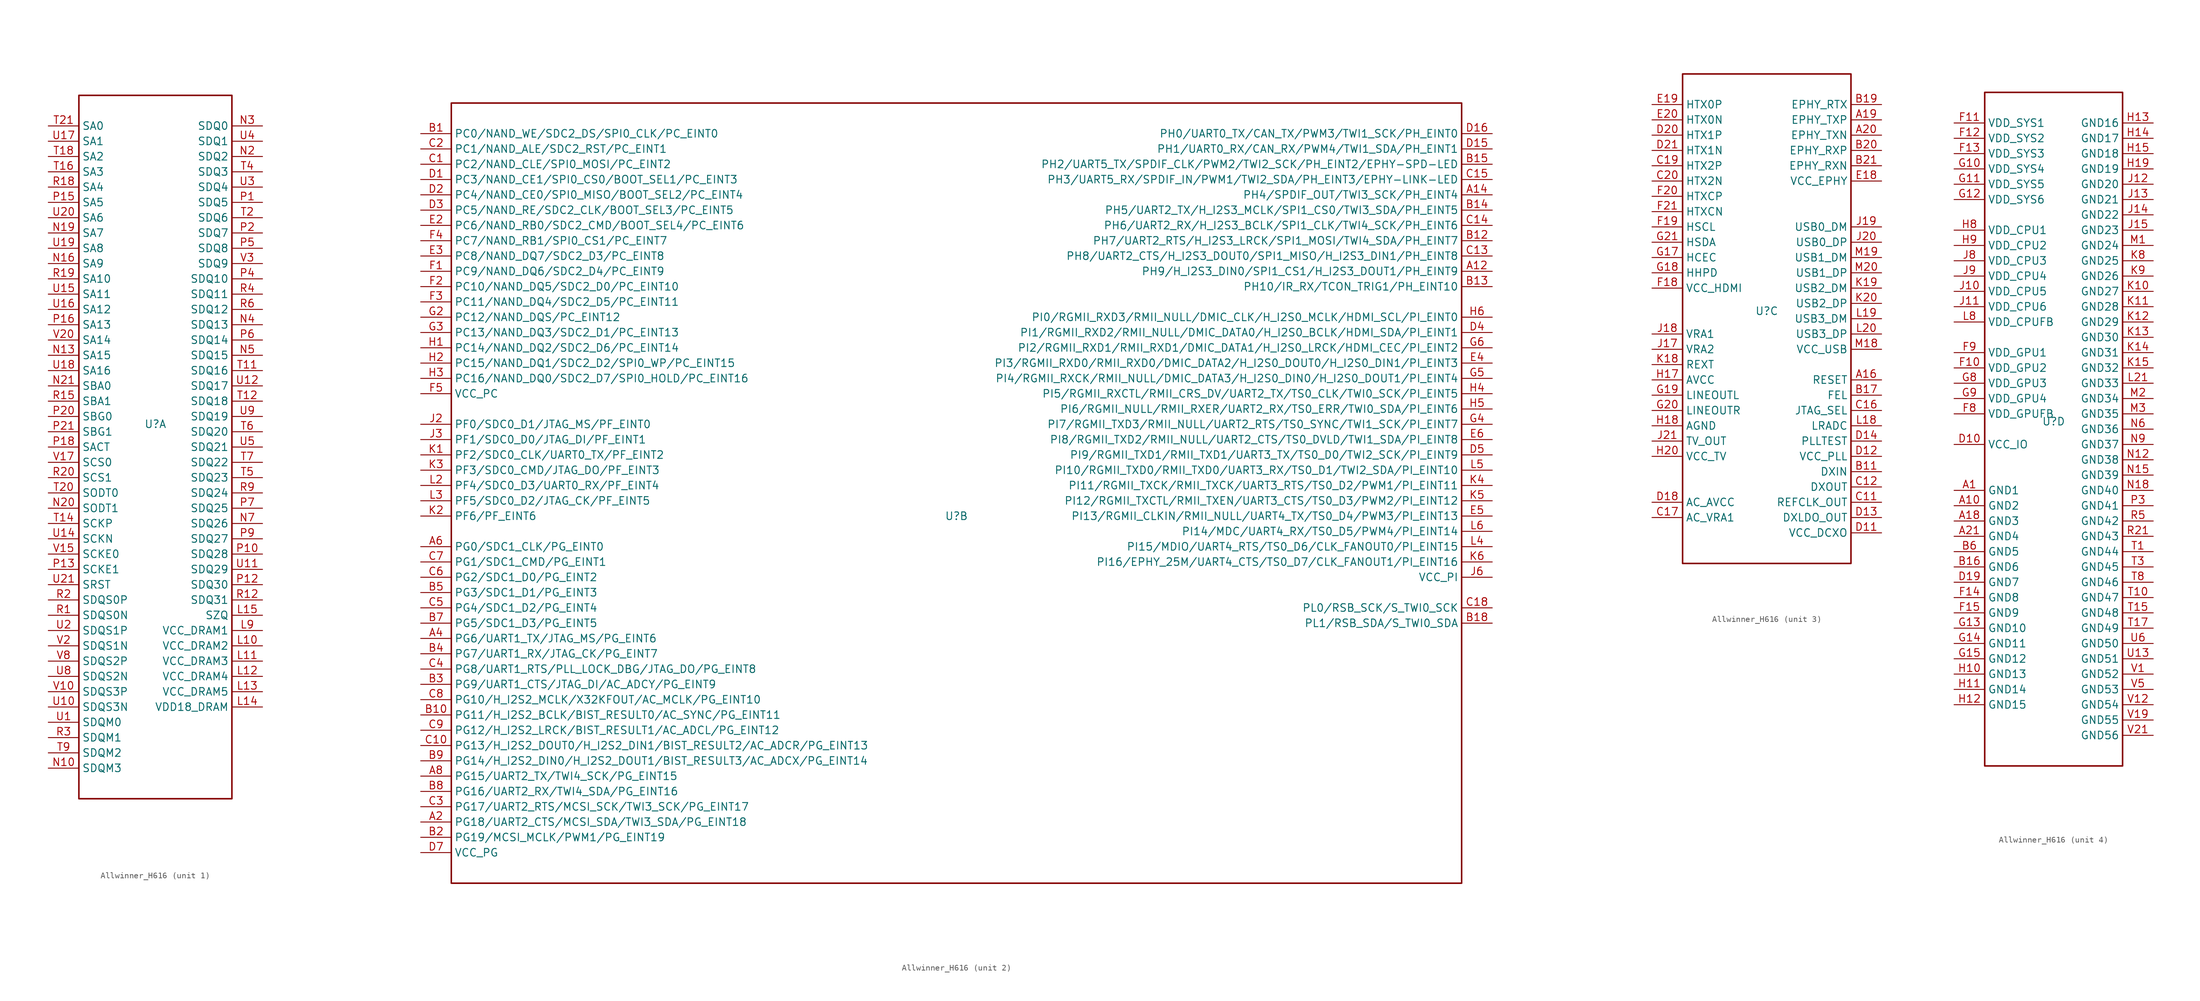
<source format=kicad_sym>
(kicad_symbol_lib
  (version 20231120)
  (generator "kicad_symbol_editor")
  (generator_version "8.0")
  (symbol "Allwinner_H616"
    (property "Reference" "U"
      (at 0 0 0)
      (effects (font (size 1.27 1.27))))
    (property "Value" ""
      (at 0 0 0)
      (effects (font (size 1.27 1.27))))
    (symbol "Allwinner_H616_1_0"
      (rectangle (start -12.7 54.61) (end 12.7 -62.23) (stroke (width 0.254) (type solid)) (fill (type none)))
      (pin input line (at 17.78 -36.83 180) (length 5.08) (name "VCC_DRAM2" (effects (font (size 1.27 1.27)))) (number "L10" (effects (font (size 1.27 1.27)))))
      (pin input line (at 17.78 -39.37 180) (length 5.08) (name "VCC_DRAM3" (effects (font (size 1.27 1.27)))) (number "L11" (effects (font (size 1.27 1.27)))))
      (pin input line (at 17.78 -41.91 180) (length 5.08) (name "VCC_DRAM4" (effects (font (size 1.27 1.27)))) (number "L12" (effects (font (size 1.27 1.27)))))
      (pin input line (at 17.78 -44.45 180) (length 5.08) (name "VCC_DRAM5" (effects (font (size 1.27 1.27)))) (number "L13" (effects (font (size 1.27 1.27)))))
      (pin input line (at 17.78 -46.99 180) (length 5.08) (name "VDD18_DRAM" (effects (font (size 1.27 1.27)))) (number "L14" (effects (font (size 1.27 1.27)))))
      (pin input line (at 17.78 -31.75 180) (length 5.08) (name "SZQ" (effects (font (size 1.27 1.27)))) (number "L15" (effects (font (size 1.27 1.27)))))
      (pin input line (at 17.78 -34.29 180) (length 5.08) (name "VCC_DRAM1" (effects (font (size 1.27 1.27)))) (number "L9" (effects (font (size 1.27 1.27)))))
      (pin input line (at -17.78 -57.15 0) (length 5.08) (name "SDQM3" (effects (font (size 1.27 1.27)))) (number "N10" (effects (font (size 1.27 1.27)))))
      (pin input line (at -17.78 11.43 0) (length 5.08) (name "SA15" (effects (font (size 1.27 1.27)))) (number "N13" (effects (font (size 1.27 1.27)))))
      (pin input line (at -17.78 26.67 0) (length 5.08) (name "SA9" (effects (font (size 1.27 1.27)))) (number "N16" (effects (font (size 1.27 1.27)))))
      (pin input line (at -17.78 31.75 0) (length 5.08) (name "SA7" (effects (font (size 1.27 1.27)))) (number "N19" (effects (font (size 1.27 1.27)))))
      (pin input line (at 17.78 44.45 180) (length 5.08) (name "SDQ2" (effects (font (size 1.27 1.27)))) (number "N2" (effects (font (size 1.27 1.27)))))
      (pin input line (at -17.78 -13.97 0) (length 5.08) (name "SODT1" (effects (font (size 1.27 1.27)))) (number "N20" (effects (font (size 1.27 1.27)))))
      (pin input line (at -17.78 6.35 0) (length 5.08) (name "SBA0" (effects (font (size 1.27 1.27)))) (number "N21" (effects (font (size 1.27 1.27)))))
      (pin input line (at 17.78 49.53 180) (length 5.08) (name "SDQ0" (effects (font (size 1.27 1.27)))) (number "N3" (effects (font (size 1.27 1.27)))))
      (pin input line (at 17.78 16.51 180) (length 5.08) (name "SDQ13" (effects (font (size 1.27 1.27)))) (number "N4" (effects (font (size 1.27 1.27)))))
      (pin input line (at 17.78 11.43 180) (length 5.08) (name "SDQ15" (effects (font (size 1.27 1.27)))) (number "N5" (effects (font (size 1.27 1.27)))))
      (pin input line (at 17.78 -16.51 180) (length 5.08) (name "SDQ26" (effects (font (size 1.27 1.27)))) (number "N7" (effects (font (size 1.27 1.27)))))
      (pin input line (at 17.78 36.83 180) (length 5.08) (name "SDQ5" (effects (font (size 1.27 1.27)))) (number "P1" (effects (font (size 1.27 1.27)))))
      (pin input line (at 17.78 -21.59 180) (length 5.08) (name "SDQ28" (effects (font (size 1.27 1.27)))) (number "P10" (effects (font (size 1.27 1.27)))))
      (pin input line (at 17.78 -26.67 180) (length 5.08) (name "SDQ30" (effects (font (size 1.27 1.27)))) (number "P12" (effects (font (size 1.27 1.27)))))
      (pin input line (at -17.78 -24.13 0) (length 5.08) (name "SCKE1" (effects (font (size 1.27 1.27)))) (number "P13" (effects (font (size 1.27 1.27)))))
      (pin input line (at -17.78 36.83 0) (length 5.08) (name "SA5" (effects (font (size 1.27 1.27)))) (number "P15" (effects (font (size 1.27 1.27)))))
      (pin input line (at -17.78 16.51 0) (length 5.08) (name "SA13" (effects (font (size 1.27 1.27)))) (number "P16" (effects (font (size 1.27 1.27)))))
      (pin input line (at -17.78 -3.81 0) (length 5.08) (name "SACT" (effects (font (size 1.27 1.27)))) (number "P18" (effects (font (size 1.27 1.27)))))
      (pin input line (at 17.78 31.75 180) (length 5.08) (name "SDQ7" (effects (font (size 1.27 1.27)))) (number "P2" (effects (font (size 1.27 1.27)))))
      (pin input line (at -17.78 1.27 0) (length 5.08) (name "SBG0" (effects (font (size 1.27 1.27)))) (number "P20" (effects (font (size 1.27 1.27)))))
      (pin input line (at -17.78 -1.27 0) (length 5.08) (name "SBG1" (effects (font (size 1.27 1.27)))) (number "P21" (effects (font (size 1.27 1.27)))))
      (pin input line (at 17.78 24.13 180) (length 5.08) (name "SDQ10" (effects (font (size 1.27 1.27)))) (number "P4" (effects (font (size 1.27 1.27)))))
      (pin input line (at 17.78 29.21 180) (length 5.08) (name "SDQ8" (effects (font (size 1.27 1.27)))) (number "P5" (effects (font (size 1.27 1.27)))))
      (pin input line (at 17.78 13.97 180) (length 5.08) (name "SDQ14" (effects (font (size 1.27 1.27)))) (number "P6" (effects (font (size 1.27 1.27)))))
      (pin input line (at 17.78 -13.97 180) (length 5.08) (name "SDQ25" (effects (font (size 1.27 1.27)))) (number "P7" (effects (font (size 1.27 1.27)))))
      (pin input line (at 17.78 -19.05 180) (length 5.08) (name "SDQ27" (effects (font (size 1.27 1.27)))) (number "P9" (effects (font (size 1.27 1.27)))))
      (pin input line (at -17.78 -31.75 0) (length 5.08) (name "SDQS0N" (effects (font (size 1.27 1.27)))) (number "R1" (effects (font (size 1.27 1.27)))))
      (pin input line (at 17.78 -29.21 180) (length 5.08) (name "SDQ31" (effects (font (size 1.27 1.27)))) (number "R12" (effects (font (size 1.27 1.27)))))
      (pin input line (at -17.78 3.81 0) (length 5.08) (name "SBA1" (effects (font (size 1.27 1.27)))) (number "R15" (effects (font (size 1.27 1.27)))))
      (pin input line (at -17.78 39.37 0) (length 5.08) (name "SA4" (effects (font (size 1.27 1.27)))) (number "R18" (effects (font (size 1.27 1.27)))))
      (pin input line (at -17.78 24.13 0) (length 5.08) (name "SA10" (effects (font (size 1.27 1.27)))) (number "R19" (effects (font (size 1.27 1.27)))))
      (pin input line (at -17.78 -29.21 0) (length 5.08) (name "SDQS0P" (effects (font (size 1.27 1.27)))) (number "R2" (effects (font (size 1.27 1.27)))))
      (pin input line (at -17.78 -8.89 0) (length 5.08) (name "SCS1" (effects (font (size 1.27 1.27)))) (number "R20" (effects (font (size 1.27 1.27)))))
      (pin input line (at -17.78 -52.07 0) (length 5.08) (name "SDQM1" (effects (font (size 1.27 1.27)))) (number "R3" (effects (font (size 1.27 1.27)))))
      (pin input line (at 17.78 21.59 180) (length 5.08) (name "SDQ11" (effects (font (size 1.27 1.27)))) (number "R4" (effects (font (size 1.27 1.27)))))
      (pin input line (at 17.78 19.05 180) (length 5.08) (name "SDQ12" (effects (font (size 1.27 1.27)))) (number "R6" (effects (font (size 1.27 1.27)))))
      (pin input line (at 17.78 -11.43 180) (length 5.08) (name "SDQ24" (effects (font (size 1.27 1.27)))) (number "R9" (effects (font (size 1.27 1.27)))))
      (pin input line (at 17.78 8.89 180) (length 5.08) (name "SDQ16" (effects (font (size 1.27 1.27)))) (number "T11" (effects (font (size 1.27 1.27)))))
      (pin input line (at 17.78 3.81 180) (length 5.08) (name "SDQ18" (effects (font (size 1.27 1.27)))) (number "T12" (effects (font (size 1.27 1.27)))))
      (pin input line (at -17.78 -16.51 0) (length 5.08) (name "SCKP" (effects (font (size 1.27 1.27)))) (number "T14" (effects (font (size 1.27 1.27)))))
      (pin input line (at -17.78 41.91 0) (length 5.08) (name "SA3" (effects (font (size 1.27 1.27)))) (number "T16" (effects (font (size 1.27 1.27)))))
      (pin input line (at -17.78 44.45 0) (length 5.08) (name "SA2" (effects (font (size 1.27 1.27)))) (number "T18" (effects (font (size 1.27 1.27)))))
      (pin input line (at 17.78 34.29 180) (length 5.08) (name "SDQ6" (effects (font (size 1.27 1.27)))) (number "T2" (effects (font (size 1.27 1.27)))))
      (pin input line (at -17.78 -11.43 0) (length 5.08) (name "SODT0" (effects (font (size 1.27 1.27)))) (number "T20" (effects (font (size 1.27 1.27)))))
      (pin input line (at -17.78 49.53 0) (length 5.08) (name "SA0" (effects (font (size 1.27 1.27)))) (number "T21" (effects (font (size 1.27 1.27)))))
      (pin input line (at 17.78 41.91 180) (length 5.08) (name "SDQ3" (effects (font (size 1.27 1.27)))) (number "T4" (effects (font (size 1.27 1.27)))))
      (pin input line (at 17.78 -8.89 180) (length 5.08) (name "SDQ23" (effects (font (size 1.27 1.27)))) (number "T5" (effects (font (size 1.27 1.27)))))
      (pin input line (at 17.78 -1.27 180) (length 5.08) (name "SDQ20" (effects (font (size 1.27 1.27)))) (number "T6" (effects (font (size 1.27 1.27)))))
      (pin input line (at 17.78 -6.35 180) (length 5.08) (name "SDQ22" (effects (font (size 1.27 1.27)))) (number "T7" (effects (font (size 1.27 1.27)))))
      (pin input line (at -17.78 -54.61 0) (length 5.08) (name "SDQM2" (effects (font (size 1.27 1.27)))) (number "T9" (effects (font (size 1.27 1.27)))))
      (pin input line (at -17.78 -49.53 0) (length 5.08) (name "SDQM0" (effects (font (size 1.27 1.27)))) (number "U1" (effects (font (size 1.27 1.27)))))
      (pin input line (at -17.78 -46.99 0) (length 5.08) (name "SDQS3N" (effects (font (size 1.27 1.27)))) (number "U10" (effects (font (size 1.27 1.27)))))
      (pin input line (at 17.78 -24.13 180) (length 5.08) (name "SDQ29" (effects (font (size 1.27 1.27)))) (number "U11" (effects (font (size 1.27 1.27)))))
      (pin input line (at 17.78 6.35 180) (length 5.08) (name "SDQ17" (effects (font (size 1.27 1.27)))) (number "U12" (effects (font (size 1.27 1.27)))))
      (pin input line (at -17.78 -19.05 0) (length 5.08) (name "SCKN" (effects (font (size 1.27 1.27)))) (number "U14" (effects (font (size 1.27 1.27)))))
      (pin input line (at -17.78 21.59 0) (length 5.08) (name "SA11" (effects (font (size 1.27 1.27)))) (number "U15" (effects (font (size 1.27 1.27)))))
      (pin input line (at -17.78 19.05 0) (length 5.08) (name "SA12" (effects (font (size 1.27 1.27)))) (number "U16" (effects (font (size 1.27 1.27)))))
      (pin input line (at -17.78 46.99 0) (length 5.08) (name "SA1" (effects (font (size 1.27 1.27)))) (number "U17" (effects (font (size 1.27 1.27)))))
      (pin input line (at -17.78 8.89 0) (length 5.08) (name "SA16" (effects (font (size 1.27 1.27)))) (number "U18" (effects (font (size 1.27 1.27)))))
      (pin input line (at -17.78 29.21 0) (length 5.08) (name "SA8" (effects (font (size 1.27 1.27)))) (number "U19" (effects (font (size 1.27 1.27)))))
      (pin input line (at -17.78 -34.29 0) (length 5.08) (name "SDQS1P" (effects (font (size 1.27 1.27)))) (number "U2" (effects (font (size 1.27 1.27)))))
      (pin input line (at -17.78 34.29 0) (length 5.08) (name "SA6" (effects (font (size 1.27 1.27)))) (number "U20" (effects (font (size 1.27 1.27)))))
      (pin input line (at -17.78 -26.67 0) (length 5.08) (name "SRST" (effects (font (size 1.27 1.27)))) (number "U21" (effects (font (size 1.27 1.27)))))
      (pin input line (at 17.78 39.37 180) (length 5.08) (name "SDQ4" (effects (font (size 1.27 1.27)))) (number "U3" (effects (font (size 1.27 1.27)))))
      (pin input line (at 17.78 46.99 180) (length 5.08) (name "SDQ1" (effects (font (size 1.27 1.27)))) (number "U4" (effects (font (size 1.27 1.27)))))
      (pin input line (at 17.78 -3.81 180) (length 5.08) (name "SDQ21" (effects (font (size 1.27 1.27)))) (number "U5" (effects (font (size 1.27 1.27)))))
      (pin input line (at -17.78 -41.91 0) (length 5.08) (name "SDQS2N" (effects (font (size 1.27 1.27)))) (number "U8" (effects (font (size 1.27 1.27)))))
      (pin input line (at 17.78 1.27 180) (length 5.08) (name "SDQ19" (effects (font (size 1.27 1.27)))) (number "U9" (effects (font (size 1.27 1.27)))))
      (pin input line (at -17.78 -44.45 0) (length 5.08) (name "SDQS3P" (effects (font (size 1.27 1.27)))) (number "V10" (effects (font (size 1.27 1.27)))))
      (pin input line (at -17.78 -21.59 0) (length 5.08) (name "SCKE0" (effects (font (size 1.27 1.27)))) (number "V15" (effects (font (size 1.27 1.27)))))
      (pin input line (at -17.78 -6.35 0) (length 5.08) (name "SCS0" (effects (font (size 1.27 1.27)))) (number "V17" (effects (font (size 1.27 1.27)))))
      (pin input line (at -17.78 -36.83 0) (length 5.08) (name "SDQS1N" (effects (font (size 1.27 1.27)))) (number "V2" (effects (font (size 1.27 1.27)))))
      (pin input line (at -17.78 13.97 0) (length 5.08) (name "SA14" (effects (font (size 1.27 1.27)))) (number "V20" (effects (font (size 1.27 1.27)))))
      (pin input line (at 17.78 26.67 180) (length 5.08) (name "SDQ9" (effects (font (size 1.27 1.27)))) (number "V3" (effects (font (size 1.27 1.27)))))
      (pin input line (at -17.78 -39.37 0) (length 5.08) (name "SDQS2P" (effects (font (size 1.27 1.27)))) (number "V8" (effects (font (size 1.27 1.27))))))
    (symbol "Allwinner_H616_2_0"
      (rectangle (start -83.82 68.58) (end 83.82 -60.96) (stroke (width 0.254) (type solid)) (fill (type none)))
      (pin input line (at 88.9 40.64 180) (length 5.08) (name "PH9/H_I2S3_DIN0/SPI1_CS1/H_I2S3_DOUT1/PH_EINT9" (effects (font (size 1.27 1.27)))) (number "A12" (effects (font (size 1.27 1.27)))))
      (pin input line (at 88.9 53.34 180) (length 5.08) (name "PH4/SPDIF_OUT/TWI3_SCK/PH_EINT4" (effects (font (size 1.27 1.27)))) (number "A14" (effects (font (size 1.27 1.27)))))
      (pin input line (at -88.9 -50.8 0) (length 5.08) (name "PG18/UART2_CTS/MCSI_SDA/TWI3_SDA/PG_EINT18" (effects (font (size 1.27 1.27)))) (number "A2" (effects (font (size 1.27 1.27)))))
      (pin input line (at -88.9 -20.32 0) (length 5.08) (name "PG6/UART1_TX/JTAG_MS/PG_EINT6" (effects (font (size 1.27 1.27)))) (number "A4" (effects (font (size 1.27 1.27)))))
      (pin input line (at -88.9 -5.08 0) (length 5.08) (name "PG0/SDC1_CLK/PG_EINT0" (effects (font (size 1.27 1.27)))) (number "A6" (effects (font (size 1.27 1.27)))))
      (pin input line (at -88.9 -43.18 0) (length 5.08) (name "PG15/UART2_TX/TWI4_SCK/PG_EINT15" (effects (font (size 1.27 1.27)))) (number "A8" (effects (font (size 1.27 1.27)))))
      (pin input line (at -88.9 63.5 0) (length 5.08) (name "PC0/NAND_WE/SDC2_DS/SPI0_CLK/PC_EINT0" (effects (font (size 1.27 1.27)))) (number "B1" (effects (font (size 1.27 1.27)))))
      (pin input line (at -88.9 -33.02 0) (length 5.08) (name "PG11/H_I2S2_BCLK/BIST_RESULT0/AC_SYNC/PG_EINT11" (effects (font (size 1.27 1.27)))) (number "B10" (effects (font (size 1.27 1.27)))))
      (pin input line (at 88.9 45.72 180) (length 5.08) (name "PH7/UART2_RTS/H_I2S3_LRCK/SPI1_MOSI/TWI4_SDA/PH_EINT7" (effects (font (size 1.27 1.27)))) (number "B12" (effects (font (size 1.27 1.27)))))
      (pin input line (at 88.9 38.1 180) (length 5.08) (name "PH10/IR_RX/TCON_TRIG1/PH_EINT10" (effects (font (size 1.27 1.27)))) (number "B13" (effects (font (size 1.27 1.27)))))
      (pin input line (at 88.9 50.8 180) (length 5.08) (name "PH5/UART2_TX/H_I2S3_MCLK/SPI1_CS0/TWI3_SDA/PH_EINT5" (effects (font (size 1.27 1.27)))) (number "B14" (effects (font (size 1.27 1.27)))))
      (pin input line (at 88.9 58.42 180) (length 5.08) (name "PH2/UART5_TX/SPDIF_CLK/PWM2/TWI2_SCK/PH_EINT2/EPHY-SPD-LED" (effects (font (size 1.27 1.27)))) (number "B15" (effects (font (size 1.27 1.27)))))
      (pin input line (at 88.9 -17.78 180) (length 5.08) (name "PL1/RSB_SDA/S_TWI0_SDA" (effects (font (size 1.27 1.27)))) (number "B18" (effects (font (size 1.27 1.27)))))
      (pin input line (at -88.9 -53.34 0) (length 5.08) (name "PG19/MCSI_MCLK/PWM1/PG_EINT19" (effects (font (size 1.27 1.27)))) (number "B2" (effects (font (size 1.27 1.27)))))
      (pin input line (at -88.9 -27.94 0) (length 5.08) (name "PG9/UART1_CTS/JTAG_DI/AC_ADCY/PG_EINT9" (effects (font (size 1.27 1.27)))) (number "B3" (effects (font (size 1.27 1.27)))))
      (pin input line (at -88.9 -22.86 0) (length 5.08) (name "PG7/UART1_RX/JTAG_CK/PG_EINT7" (effects (font (size 1.27 1.27)))) (number "B4" (effects (font (size 1.27 1.27)))))
      (pin input line (at -88.9 -12.7 0) (length 5.08) (name "PG3/SDC1_D1/PG_EINT3" (effects (font (size 1.27 1.27)))) (number "B5" (effects (font (size 1.27 1.27)))))
      (pin input line (at -88.9 -17.78 0) (length 5.08) (name "PG5/SDC1_D3/PG_EINT5" (effects (font (size 1.27 1.27)))) (number "B7" (effects (font (size 1.27 1.27)))))
      (pin input line (at -88.9 -45.72 0) (length 5.08) (name "PG16/UART2_RX/TWI4_SDA/PG_EINT16" (effects (font (size 1.27 1.27)))) (number "B8" (effects (font (size 1.27 1.27)))))
      (pin input line (at -88.9 -40.64 0) (length 5.08) (name "PG14/H_I2S2_DIN0/H_I2S2_DOUT1/BIST_RESULT3/AC_ADCX/PG_EINT14" (effects (font (size 1.27 1.27)))) (number "B9" (effects (font (size 1.27 1.27)))))
      (pin input line (at -88.9 58.42 0) (length 5.08) (name "PC2/NAND_CLE/SPI0_MOSI/PC_EINT2" (effects (font (size 1.27 1.27)))) (number "C1" (effects (font (size 1.27 1.27)))))
      (pin input line (at -88.9 -38.1 0) (length 5.08) (name "PG13/H_I2S2_DOUT0/H_I2S2_DIN1/BIST_RESULT2/AC_ADCR/PG_EINT13" (effects (font (size 1.27 1.27)))) (number "C10" (effects (font (size 1.27 1.27)))))
      (pin input line (at 88.9 43.18 180) (length 5.08) (name "PH8/UART2_CTS/H_I2S3_DOUT0/SPI1_MISO/H_I2S3_DIN1/PH_EINT8" (effects (font (size 1.27 1.27)))) (number "C13" (effects (font (size 1.27 1.27)))))
      (pin input line (at 88.9 48.26 180) (length 5.08) (name "PH6/UART2_RX/H_I2S3_BCLK/SPI1_CLK/TWI4_SCK/PH_EINT6" (effects (font (size 1.27 1.27)))) (number "C14" (effects (font (size 1.27 1.27)))))
      (pin input line (at 88.9 55.88 180) (length 5.08) (name "PH3/UART5_RX/SPDIF_IN/PWM1/TWI2_SDA/PH_EINT3/EPHY-LINK-LED" (effects (font (size 1.27 1.27)))) (number "C15" (effects (font (size 1.27 1.27)))))
      (pin input line (at 88.9 -15.24 180) (length 5.08) (name "PL0/RSB_SCK/S_TWI0_SCK" (effects (font (size 1.27 1.27)))) (number "C18" (effects (font (size 1.27 1.27)))))
      (pin input line (at -88.9 60.96 0) (length 5.08) (name "PC1/NAND_ALE/SDC2_RST/PC_EINT1" (effects (font (size 1.27 1.27)))) (number "C2" (effects (font (size 1.27 1.27)))))
      (pin input line (at -88.9 -48.26 0) (length 5.08) (name "PG17/UART2_RTS/MCSI_SCK/TWI3_SCK/PG_EINT17" (effects (font (size 1.27 1.27)))) (number "C3" (effects (font (size 1.27 1.27)))))
      (pin input line (at -88.9 -25.4 0) (length 5.08) (name "PG8/UART1_RTS/PLL_LOCK_DBG/JTAG_DO/PG_EINT8" (effects (font (size 1.27 1.27)))) (number "C4" (effects (font (size 1.27 1.27)))))
      (pin input line (at -88.9 -15.24 0) (length 5.08) (name "PG4/SDC1_D2/PG_EINT4" (effects (font (size 1.27 1.27)))) (number "C5" (effects (font (size 1.27 1.27)))))
      (pin input line (at -88.9 -10.16 0) (length 5.08) (name "PG2/SDC1_D0/PG_EINT2" (effects (font (size 1.27 1.27)))) (number "C6" (effects (font (size 1.27 1.27)))))
      (pin input line (at -88.9 -7.62 0) (length 5.08) (name "PG1/SDC1_CMD/PG_EINT1" (effects (font (size 1.27 1.27)))) (number "C7" (effects (font (size 1.27 1.27)))))
      (pin input line (at -88.9 -30.48 0) (length 5.08) (name "PG10/H_I2S2_MCLK/X32KFOUT/AC_MCLK/PG_EINT10" (effects (font (size 1.27 1.27)))) (number "C8" (effects (font (size 1.27 1.27)))))
      (pin input line (at -88.9 -35.56 0) (length 5.08) (name "PG12/H_I2S2_LRCK/BIST_RESULT1/AC_ADCL/PG_EINT12" (effects (font (size 1.27 1.27)))) (number "C9" (effects (font (size 1.27 1.27)))))
      (pin input line (at -88.9 55.88 0) (length 5.08) (name "PC3/NAND_CE1/SPI0_CS0/BOOT_SEL1/PC_EINT3" (effects (font (size 1.27 1.27)))) (number "D1" (effects (font (size 1.27 1.27)))))
      (pin input line (at 88.9 60.96 180) (length 5.08) (name "PH1/UART0_RX/CAN_RX/PWM4/TWI1_SDA/PH_EINT1" (effects (font (size 1.27 1.27)))) (number "D15" (effects (font (size 1.27 1.27)))))
      (pin input line (at 88.9 63.5 180) (length 5.08) (name "PH0/UART0_TX/CAN_TX/PWM3/TWI1_SCK/PH_EINT0" (effects (font (size 1.27 1.27)))) (number "D16" (effects (font (size 1.27 1.27)))))
      (pin input line (at -88.9 53.34 0) (length 5.08) (name "PC4/NAND_CE0/SPI0_MISO/BOOT_SEL2/PC_EINT4" (effects (font (size 1.27 1.27)))) (number "D2" (effects (font (size 1.27 1.27)))))
      (pin input line (at -88.9 50.8 0) (length 5.08) (name "PC5/NAND_RE/SDC2_CLK/BOOT_SEL3/PC_EINT5" (effects (font (size 1.27 1.27)))) (number "D3" (effects (font (size 1.27 1.27)))))
      (pin input line (at 88.9 30.48 180) (length 5.08) (name "PI1/RGMII_RXD2/RMII_NULL/DMIC_DATA0/H_I2S0_BCLK/HDMI_SDA/PI_EINT1" (effects (font (size 1.27 1.27)))) (number "D4" (effects (font (size 1.27 1.27)))))
      (pin input line (at 88.9 10.16 180) (length 5.08) (name "PI9/RGMII_TXD1/RMII_TXD1/UART3_TX/TS0_D0/TWI2_SCK/PI_EINT9" (effects (font (size 1.27 1.27)))) (number "D5" (effects (font (size 1.27 1.27)))))
      (pin input line (at -88.9 -55.88 0) (length 5.08) (name "VCC_PG" (effects (font (size 1.27 1.27)))) (number "D7" (effects (font (size 1.27 1.27)))))
      (pin input line (at -88.9 48.26 0) (length 5.08) (name "PC6/NAND_RB0/SDC2_CMD/BOOT_SEL4/PC_EINT6" (effects (font (size 1.27 1.27)))) (number "E2" (effects (font (size 1.27 1.27)))))
      (pin input line (at -88.9 43.18 0) (length 5.08) (name "PC8/NAND_DQ7/SDC2_D3/PC_EINT8" (effects (font (size 1.27 1.27)))) (number "E3" (effects (font (size 1.27 1.27)))))
      (pin input line (at 88.9 25.4 180) (length 5.08) (name "PI3/RGMII_RXD0/RMII_RXD0/DMIC_DATA2/H_I2S0_DOUT0/H_I2S0_DIN1/PI_EINT3" (effects (font (size 1.27 1.27)))) (number "E4" (effects (font (size 1.27 1.27)))))
      (pin input line (at 88.9 0 180) (length 5.08) (name "PI13/RGMII_CLKIN/RMII_NULL/UART4_TX/TS0_D4/PWM3/PI_EINT13" (effects (font (size 1.27 1.27)))) (number "E5" (effects (font (size 1.27 1.27)))))
      (pin input line (at 88.9 12.7 180) (length 5.08) (name "PI8/RGMII_TXD2/RMII_NULL/UART2_CTS/TS0_DVLD/TWI1_SDA/PI_EINT8" (effects (font (size 1.27 1.27)))) (number "E6" (effects (font (size 1.27 1.27)))))
      (pin input line (at -88.9 40.64 0) (length 5.08) (name "PC9/NAND_DQ6/SDC2_D4/PC_EINT9" (effects (font (size 1.27 1.27)))) (number "F1" (effects (font (size 1.27 1.27)))))
      (pin input line (at -88.9 38.1 0) (length 5.08) (name "PC10/NAND_DQ5/SDC2_D0/PC_EINT10" (effects (font (size 1.27 1.27)))) (number "F2" (effects (font (size 1.27 1.27)))))
      (pin input line (at -88.9 35.56 0) (length 5.08) (name "PC11/NAND_DQ4/SDC2_D5/PC_EINT11" (effects (font (size 1.27 1.27)))) (number "F3" (effects (font (size 1.27 1.27)))))
      (pin input line (at -88.9 45.72 0) (length 5.08) (name "PC7/NAND_RB1/SPI0_CS1/PC_EINT7" (effects (font (size 1.27 1.27)))) (number "F4" (effects (font (size 1.27 1.27)))))
      (pin input line (at -88.9 20.32 0) (length 5.08) (name "VCC_PC" (effects (font (size 1.27 1.27)))) (number "F5" (effects (font (size 1.27 1.27)))))
      (pin input line (at -88.9 33.02 0) (length 5.08) (name "PC12/NAND_DQS/PC_EINT12" (effects (font (size 1.27 1.27)))) (number "G2" (effects (font (size 1.27 1.27)))))
      (pin input line (at -88.9 30.48 0) (length 5.08) (name "PC13/NAND_DQ3/SDC2_D1/PC_EINT13" (effects (font (size 1.27 1.27)))) (number "G3" (effects (font (size 1.27 1.27)))))
      (pin input line (at 88.9 15.24 180) (length 5.08) (name "PI7/RGMII_TXD3/RMII_NULL/UART2_RTS/TS0_SYNC/TWI1_SCK/PI_EINT7" (effects (font (size 1.27 1.27)))) (number "G4" (effects (font (size 1.27 1.27)))))
      (pin input line (at 88.9 22.86 180) (length 5.08) (name "PI4/RGMII_RXCK/RMII_NULL/DMIC_DATA3/H_I2S0_DIN0/H_I2S0_DOUT1/PI_EINT4" (effects (font (size 1.27 1.27)))) (number "G5" (effects (font (size 1.27 1.27)))))
      (pin input line (at 88.9 27.94 180) (length 5.08) (name "PI2/RGMII_RXD1/RMII_RXD1/DMIC_DATA1/H_I2S0_LRCK/HDMI_CEC/PI_EINT2" (effects (font (size 1.27 1.27)))) (number "G6" (effects (font (size 1.27 1.27)))))
      (pin input line (at -88.9 27.94 0) (length 5.08) (name "PC14/NAND_DQ2/SDC2_D6/PC_EINT14" (effects (font (size 1.27 1.27)))) (number "H1" (effects (font (size 1.27 1.27)))))
      (pin input line (at -88.9 25.4 0) (length 5.08) (name "PC15/NAND_DQ1/SDC2_D2/SPI0_WP/PC_EINT15" (effects (font (size 1.27 1.27)))) (number "H2" (effects (font (size 1.27 1.27)))))
      (pin input line (at -88.9 22.86 0) (length 5.08) (name "PC16/NAND_DQ0/SDC2_D7/SPI0_HOLD/PC_EINT16" (effects (font (size 1.27 1.27)))) (number "H3" (effects (font (size 1.27 1.27)))))
      (pin input line (at 88.9 20.32 180) (length 5.08) (name "PI5/RGMII_RXCTL/RMII_CRS_DV/UART2_TX/TS0_CLK/TWI0_SCK/PI_EINT5" (effects (font (size 1.27 1.27)))) (number "H4" (effects (font (size 1.27 1.27)))))
      (pin input line (at 88.9 17.78 180) (length 5.08) (name "PI6/RGMII_NULL/RMII_RXER/UART2_RX/TS0_ERR/TWI0_SDA/PI_EINT6" (effects (font (size 1.27 1.27)))) (number "H5" (effects (font (size 1.27 1.27)))))
      (pin input line (at 88.9 33.02 180) (length 5.08) (name "PI0/RGMII_RXD3/RMII_NULL/DMIC_CLK/H_I2S0_MCLK/HDMI_SCL/PI_EINT0" (effects (font (size 1.27 1.27)))) (number "H6" (effects (font (size 1.27 1.27)))))
      (pin input line (at -88.9 15.24 0) (length 5.08) (name "PF0/SDC0_D1/JTAG_MS/PF_EINT0" (effects (font (size 1.27 1.27)))) (number "J2" (effects (font (size 1.27 1.27)))))
      (pin input line (at -88.9 12.7 0) (length 5.08) (name "PF1/SDC0_D0/JTAG_DI/PF_EINT1" (effects (font (size 1.27 1.27)))) (number "J3" (effects (font (size 1.27 1.27)))))
      (pin input line (at 88.9 -10.16 180) (length 5.08) (name "VCC_PI" (effects (font (size 1.27 1.27)))) (number "J6" (effects (font (size 1.27 1.27)))))
      (pin input line (at -88.9 10.16 0) (length 5.08) (name "PF2/SDC0_CLK/UART0_TX/PF_EINT2" (effects (font (size 1.27 1.27)))) (number "K1" (effects (font (size 1.27 1.27)))))
      (pin input line (at -88.9 0 0) (length 5.08) (name "PF6/PF_EINT6" (effects (font (size 1.27 1.27)))) (number "K2" (effects (font (size 1.27 1.27)))))
      (pin input line (at -88.9 7.62 0) (length 5.08) (name "PF3/SDC0_CMD/JTAG_DO/PF_EINT3" (effects (font (size 1.27 1.27)))) (number "K3" (effects (font (size 1.27 1.27)))))
      (pin input line (at 88.9 5.08 180) (length 5.08) (name "PI11/RGMII_TXCK/RMII_TXCK/UART3_RTS/TS0_D2/PWM1/PI_EINT11" (effects (font (size 1.27 1.27)))) (number "K4" (effects (font (size 1.27 1.27)))))
      (pin input line (at 88.9 2.54 180) (length 5.08) (name "PI12/RGMII_TXCTL/RMII_TXEN/UART3_CTS/TS0_D3/PWM2/PI_EINT12" (effects (font (size 1.27 1.27)))) (number "K5" (effects (font (size 1.27 1.27)))))
      (pin input line (at 88.9 -7.62 180) (length 5.08) (name "PI16/EPHY_25M/UART4_CTS/TS0_D7/CLK_FANOUT1/PI_EINT16" (effects (font (size 1.27 1.27)))) (number "K6" (effects (font (size 1.27 1.27)))))
      (pin input line (at -88.9 5.08 0) (length 5.08) (name "PF4/SDC0_D3/UART0_RX/PF_EINT4" (effects (font (size 1.27 1.27)))) (number "L2" (effects (font (size 1.27 1.27)))))
      (pin input line (at -88.9 2.54 0) (length 5.08) (name "PF5/SDC0_D2/JTAG_CK/PF_EINT5" (effects (font (size 1.27 1.27)))) (number "L3" (effects (font (size 1.27 1.27)))))
      (pin input line (at 88.9 -5.08 180) (length 5.08) (name "PI15/MDIO/UART4_RTS/TS0_D6/CLK_FANOUT0/PI_EINT15" (effects (font (size 1.27 1.27)))) (number "L4" (effects (font (size 1.27 1.27)))))
      (pin input line (at 88.9 7.62 180) (length 5.08) (name "PI10/RGMII_TXD0/RMII_TXD0/UART3_RX/TS0_D1/TWI2_SDA/PI_EINT10" (effects (font (size 1.27 1.27)))) (number "L5" (effects (font (size 1.27 1.27)))))
      (pin input line (at 88.9 -2.54 180) (length 5.08) (name "PI14/MDC/UART4_RX/TS0_D5/PWM4/PI_EINT14" (effects (font (size 1.27 1.27)))) (number "L6" (effects (font (size 1.27 1.27))))))
    (symbol "Allwinner_H616_3_0"
      (rectangle (start -13.97 39.37) (end 13.97 -41.91) (stroke (width 0.254) (type solid)) (fill (type none)))
      (pin input line (at 19.05 -11.43 180) (length 5.08) (name "RESET" (effects (font (size 1.27 1.27)))) (number "A16" (effects (font (size 1.27 1.27)))))
      (pin input line (at 19.05 31.75 180) (length 5.08) (name "EPHY_TXP" (effects (font (size 1.27 1.27)))) (number "A19" (effects (font (size 1.27 1.27)))))
      (pin input line (at 19.05 29.21 180) (length 5.08) (name "EPHY_TXN" (effects (font (size 1.27 1.27)))) (number "A20" (effects (font (size 1.27 1.27)))))
      (pin input line (at 19.05 -26.67 180) (length 5.08) (name "DXIN" (effects (font (size 1.27 1.27)))) (number "B11" (effects (font (size 1.27 1.27)))))
      (pin input line (at 19.05 -13.97 180) (length 5.08) (name "FEL" (effects (font (size 1.27 1.27)))) (number "B17" (effects (font (size 1.27 1.27)))))
      (pin input line (at 19.05 34.29 180) (length 5.08) (name "EPHY_RTX" (effects (font (size 1.27 1.27)))) (number "B19" (effects (font (size 1.27 1.27)))))
      (pin input line (at 19.05 26.67 180) (length 5.08) (name "EPHY_RXP" (effects (font (size 1.27 1.27)))) (number "B20" (effects (font (size 1.27 1.27)))))
      (pin input line (at 19.05 24.13 180) (length 5.08) (name "EPHY_RXN" (effects (font (size 1.27 1.27)))) (number "B21" (effects (font (size 1.27 1.27)))))
      (pin input line (at 19.05 -31.75 180) (length 5.08) (name "REFCLK_OUT" (effects (font (size 1.27 1.27)))) (number "C11" (effects (font (size 1.27 1.27)))))
      (pin input line (at 19.05 -29.21 180) (length 5.08) (name "DXOUT" (effects (font (size 1.27 1.27)))) (number "C12" (effects (font (size 1.27 1.27)))))
      (pin input line (at 19.05 -16.51 180) (length 5.08) (name "JTAG_SEL" (effects (font (size 1.27 1.27)))) (number "C16" (effects (font (size 1.27 1.27)))))
      (pin input line (at -19.05 -34.29 0) (length 5.08) (name "AC_VRA1" (effects (font (size 1.27 1.27)))) (number "C17" (effects (font (size 1.27 1.27)))))
      (pin input line (at -19.05 24.13 0) (length 5.08) (name "HTX2P" (effects (font (size 1.27 1.27)))) (number "C19" (effects (font (size 1.27 1.27)))))
      (pin input line (at -19.05 21.59 0) (length 5.08) (name "HTX2N" (effects (font (size 1.27 1.27)))) (number "C20" (effects (font (size 1.27 1.27)))))
      (pin input line (at 19.05 -36.83 180) (length 5.08) (name "VCC_DCXO" (effects (font (size 1.27 1.27)))) (number "D11" (effects (font (size 1.27 1.27)))))
      (pin input line (at 19.05 -24.13 180) (length 5.08) (name "VCC_PLL" (effects (font (size 1.27 1.27)))) (number "D12" (effects (font (size 1.27 1.27)))))
      (pin input line (at 19.05 -34.29 180) (length 5.08) (name "DXLDO_OUT" (effects (font (size 1.27 1.27)))) (number "D13" (effects (font (size 1.27 1.27)))))
      (pin input line (at 19.05 -21.59 180) (length 5.08) (name "PLLTEST" (effects (font (size 1.27 1.27)))) (number "D14" (effects (font (size 1.27 1.27)))))
      (pin input line (at -19.05 -31.75 0) (length 5.08) (name "AC_AVCC" (effects (font (size 1.27 1.27)))) (number "D18" (effects (font (size 1.27 1.27)))))
      (pin input line (at -19.05 29.21 0) (length 5.08) (name "HTX1P" (effects (font (size 1.27 1.27)))) (number "D20" (effects (font (size 1.27 1.27)))))
      (pin input line (at -19.05 26.67 0) (length 5.08) (name "HTX1N" (effects (font (size 1.27 1.27)))) (number "D21" (effects (font (size 1.27 1.27)))))
      (pin input line (at 19.05 21.59 180) (length 5.08) (name "VCC_EPHY" (effects (font (size 1.27 1.27)))) (number "E18" (effects (font (size 1.27 1.27)))))
      (pin input line (at -19.05 34.29 0) (length 5.08) (name "HTX0P" (effects (font (size 1.27 1.27)))) (number "E19" (effects (font (size 1.27 1.27)))))
      (pin input line (at -19.05 31.75 0) (length 5.08) (name "HTX0N" (effects (font (size 1.27 1.27)))) (number "E20" (effects (font (size 1.27 1.27)))))
      (pin input line (at -19.05 3.81 0) (length 5.08) (name "VCC_HDMI" (effects (font (size 1.27 1.27)))) (number "F18" (effects (font (size 1.27 1.27)))))
      (pin input line (at -19.05 13.97 0) (length 5.08) (name "HSCL" (effects (font (size 1.27 1.27)))) (number "F19" (effects (font (size 1.27 1.27)))))
      (pin input line (at -19.05 19.05 0) (length 5.08) (name "HTXCP" (effects (font (size 1.27 1.27)))) (number "F20" (effects (font (size 1.27 1.27)))))
      (pin input line (at -19.05 16.51 0) (length 5.08) (name "HTXCN" (effects (font (size 1.27 1.27)))) (number "F21" (effects (font (size 1.27 1.27)))))
      (pin input line (at -19.05 8.89 0) (length 5.08) (name "HCEC" (effects (font (size 1.27 1.27)))) (number "G17" (effects (font (size 1.27 1.27)))))
      (pin input line (at -19.05 6.35 0) (length 5.08) (name "HHPD" (effects (font (size 1.27 1.27)))) (number "G18" (effects (font (size 1.27 1.27)))))
      (pin input line (at -19.05 -13.97 0) (length 5.08) (name "LINEOUTL" (effects (font (size 1.27 1.27)))) (number "G19" (effects (font (size 1.27 1.27)))))
      (pin input line (at -19.05 -16.51 0) (length 5.08) (name "LINEOUTR" (effects (font (size 1.27 1.27)))) (number "G20" (effects (font (size 1.27 1.27)))))
      (pin input line (at -19.05 11.43 0) (length 5.08) (name "HSDA" (effects (font (size 1.27 1.27)))) (number "G21" (effects (font (size 1.27 1.27)))))
      (pin input line (at -19.05 -11.43 0) (length 5.08) (name "AVCC" (effects (font (size 1.27 1.27)))) (number "H17" (effects (font (size 1.27 1.27)))))
      (pin input line (at -19.05 -19.05 0) (length 5.08) (name "AGND" (effects (font (size 1.27 1.27)))) (number "H18" (effects (font (size 1.27 1.27)))))
      (pin input line (at -19.05 -24.13 0) (length 5.08) (name "VCC_TV" (effects (font (size 1.27 1.27)))) (number "H20" (effects (font (size 1.27 1.27)))))
      (pin input line (at -19.05 -6.35 0) (length 5.08) (name "VRA2" (effects (font (size 1.27 1.27)))) (number "J17" (effects (font (size 1.27 1.27)))))
      (pin input line (at -19.05 -3.81 0) (length 5.08) (name "VRA1" (effects (font (size 1.27 1.27)))) (number "J18" (effects (font (size 1.27 1.27)))))
      (pin input line (at 19.05 13.97 180) (length 5.08) (name "USB0_DM" (effects (font (size 1.27 1.27)))) (number "J19" (effects (font (size 1.27 1.27)))))
      (pin input line (at 19.05 11.43 180) (length 5.08) (name "USB0_DP" (effects (font (size 1.27 1.27)))) (number "J20" (effects (font (size 1.27 1.27)))))
      (pin input line (at -19.05 -21.59 0) (length 5.08) (name "TV_OUT" (effects (font (size 1.27 1.27)))) (number "J21" (effects (font (size 1.27 1.27)))))
      (pin input line (at -19.05 -8.89 0) (length 5.08) (name "REXT" (effects (font (size 1.27 1.27)))) (number "K18" (effects (font (size 1.27 1.27)))))
      (pin input line (at 19.05 3.81 180) (length 5.08) (name "USB2_DM" (effects (font (size 1.27 1.27)))) (number "K19" (effects (font (size 1.27 1.27)))))
      (pin input line (at 19.05 1.27 180) (length 5.08) (name "USB2_DP" (effects (font (size 1.27 1.27)))) (number "K20" (effects (font (size 1.27 1.27)))))
      (pin input line (at 19.05 -19.05 180) (length 5.08) (name "LRADC" (effects (font (size 1.27 1.27)))) (number "L18" (effects (font (size 1.27 1.27)))))
      (pin input line (at 19.05 -1.27 180) (length 5.08) (name "USB3_DM" (effects (font (size 1.27 1.27)))) (number "L19" (effects (font (size 1.27 1.27)))))
      (pin input line (at 19.05 -3.81 180) (length 5.08) (name "USB3_DP" (effects (font (size 1.27 1.27)))) (number "L20" (effects (font (size 1.27 1.27)))))
      (pin input line (at 19.05 -6.35 180) (length 5.08) (name "VCC_USB" (effects (font (size 1.27 1.27)))) (number "M18" (effects (font (size 1.27 1.27)))))
      (pin input line (at 19.05 8.89 180) (length 5.08) (name "USB1_DM" (effects (font (size 1.27 1.27)))) (number "M19" (effects (font (size 1.27 1.27)))))
      (pin input line (at 19.05 6.35 180) (length 5.08) (name "USB1_DP" (effects (font (size 1.27 1.27)))) (number "M20" (effects (font (size 1.27 1.27))))))
    (symbol "Allwinner_H616_4_0"
      (rectangle (start -11.43 54.61) (end 11.43 -57.15) (stroke (width 0.254) (type solid)) (fill (type none)))
      (pin input line (at -16.51 -11.43 0) (length 5.08) (name "GND1" (effects (font (size 1.27 1.27)))) (number "A1" (effects (font (size 1.27 1.27)))))
      (pin input line (at -16.51 -13.97 0) (length 5.08) (name "GND2" (effects (font (size 1.27 1.27)))) (number "A10" (effects (font (size 1.27 1.27)))))
      (pin input line (at -16.51 -16.51 0) (length 5.08) (name "GND3" (effects (font (size 1.27 1.27)))) (number "A18" (effects (font (size 1.27 1.27)))))
      (pin input line (at -16.51 -19.05 0) (length 5.08) (name "GND4" (effects (font (size 1.27 1.27)))) (number "A21" (effects (font (size 1.27 1.27)))))
      (pin input line (at -16.51 -24.13 0) (length 5.08) (name "GND6" (effects (font (size 1.27 1.27)))) (number "B16" (effects (font (size 1.27 1.27)))))
      (pin input line (at -16.51 -21.59 0) (length 5.08) (name "GND5" (effects (font (size 1.27 1.27)))) (number "B6" (effects (font (size 1.27 1.27)))))
      (pin input line (at -16.51 -3.81 0) (length 5.08) (name "VCC_IO" (effects (font (size 1.27 1.27)))) (number "D10" (effects (font (size 1.27 1.27)))))
      (pin input line (at -16.51 -26.67 0) (length 5.08) (name "GND7" (effects (font (size 1.27 1.27)))) (number "D19" (effects (font (size 1.27 1.27)))))
      (pin input line (at -16.51 8.89 0) (length 5.08) (name "VDD_GPU2" (effects (font (size 1.27 1.27)))) (number "F10" (effects (font (size 1.27 1.27)))))
      (pin input line (at -16.51 49.53 0) (length 5.08) (name "VDD_SYS1" (effects (font (size 1.27 1.27)))) (number "F11" (effects (font (size 1.27 1.27)))))
      (pin input line (at -16.51 46.99 0) (length 5.08) (name "VDD_SYS2" (effects (font (size 1.27 1.27)))) (number "F12" (effects (font (size 1.27 1.27)))))
      (pin input line (at -16.51 44.45 0) (length 5.08) (name "VDD_SYS3" (effects (font (size 1.27 1.27)))) (number "F13" (effects (font (size 1.27 1.27)))))
      (pin input line (at -16.51 -29.21 0) (length 5.08) (name "GND8" (effects (font (size 1.27 1.27)))) (number "F14" (effects (font (size 1.27 1.27)))))
      (pin input line (at -16.51 -31.75 0) (length 5.08) (name "GND9" (effects (font (size 1.27 1.27)))) (number "F15" (effects (font (size 1.27 1.27)))))
      (pin input line (at -16.51 1.27 0) (length 5.08) (name "VDD_GPUFB" (effects (font (size 1.27 1.27)))) (number "F8" (effects (font (size 1.27 1.27)))))
      (pin input line (at -16.51 11.43 0) (length 5.08) (name "VDD_GPU1" (effects (font (size 1.27 1.27)))) (number "F9" (effects (font (size 1.27 1.27)))))
      (pin input line (at -16.51 41.91 0) (length 5.08) (name "VDD_SYS4" (effects (font (size 1.27 1.27)))) (number "G10" (effects (font (size 1.27 1.27)))))
      (pin input line (at -16.51 39.37 0) (length 5.08) (name "VDD_SYS5" (effects (font (size 1.27 1.27)))) (number "G11" (effects (font (size 1.27 1.27)))))
      (pin input line (at -16.51 36.83 0) (length 5.08) (name "VDD_SYS6" (effects (font (size 1.27 1.27)))) (number "G12" (effects (font (size 1.27 1.27)))))
      (pin input line (at -16.51 -34.29 0) (length 5.08) (name "GND10" (effects (font (size 1.27 1.27)))) (number "G13" (effects (font (size 1.27 1.27)))))
      (pin input line (at -16.51 -36.83 0) (length 5.08) (name "GND11" (effects (font (size 1.27 1.27)))) (number "G14" (effects (font (size 1.27 1.27)))))
      (pin input line (at -16.51 -39.37 0) (length 5.08) (name "GND12" (effects (font (size 1.27 1.27)))) (number "G15" (effects (font (size 1.27 1.27)))))
      (pin input line (at -16.51 6.35 0) (length 5.08) (name "VDD_GPU3" (effects (font (size 1.27 1.27)))) (number "G8" (effects (font (size 1.27 1.27)))))
      (pin input line (at -16.51 3.81 0) (length 5.08) (name "VDD_GPU4" (effects (font (size 1.27 1.27)))) (number "G9" (effects (font (size 1.27 1.27)))))
      (pin input line (at -16.51 -41.91 0) (length 5.08) (name "GND13" (effects (font (size 1.27 1.27)))) (number "H10" (effects (font (size 1.27 1.27)))))
      (pin input line (at -16.51 -44.45 0) (length 5.08) (name "GND14" (effects (font (size 1.27 1.27)))) (number "H11" (effects (font (size 1.27 1.27)))))
      (pin input line (at -16.51 -46.99 0) (length 5.08) (name "GND15" (effects (font (size 1.27 1.27)))) (number "H12" (effects (font (size 1.27 1.27)))))
      (pin input line (at 16.51 49.53 180) (length 5.08) (name "GND16" (effects (font (size 1.27 1.27)))) (number "H13" (effects (font (size 1.27 1.27)))))
      (pin input line (at 16.51 46.99 180) (length 5.08) (name "GND17" (effects (font (size 1.27 1.27)))) (number "H14" (effects (font (size 1.27 1.27)))))
      (pin input line (at 16.51 44.45 180) (length 5.08) (name "GND18" (effects (font (size 1.27 1.27)))) (number "H15" (effects (font (size 1.27 1.27)))))
      (pin input line (at 16.51 41.91 180) (length 5.08) (name "GND19" (effects (font (size 1.27 1.27)))) (number "H19" (effects (font (size 1.27 1.27)))))
      (pin input line (at -16.51 31.75 0) (length 5.08) (name "VDD_CPU1" (effects (font (size 1.27 1.27)))) (number "H8" (effects (font (size 1.27 1.27)))))
      (pin input line (at -16.51 29.21 0) (length 5.08) (name "VDD_CPU2" (effects (font (size 1.27 1.27)))) (number "H9" (effects (font (size 1.27 1.27)))))
      (pin input line (at -16.51 21.59 0) (length 5.08) (name "VDD_CPU5" (effects (font (size 1.27 1.27)))) (number "J10" (effects (font (size 1.27 1.27)))))
      (pin input line (at -16.51 19.05 0) (length 5.08) (name "VDD_CPU6" (effects (font (size 1.27 1.27)))) (number "J11" (effects (font (size 1.27 1.27)))))
      (pin input line (at 16.51 39.37 180) (length 5.08) (name "GND20" (effects (font (size 1.27 1.27)))) (number "J12" (effects (font (size 1.27 1.27)))))
      (pin input line (at 16.51 36.83 180) (length 5.08) (name "GND21" (effects (font (size 1.27 1.27)))) (number "J13" (effects (font (size 1.27 1.27)))))
      (pin input line (at 16.51 34.29 180) (length 5.08) (name "GND22" (effects (font (size 1.27 1.27)))) (number "J14" (effects (font (size 1.27 1.27)))))
      (pin input line (at 16.51 31.75 180) (length 5.08) (name "GND23" (effects (font (size 1.27 1.27)))) (number "J15" (effects (font (size 1.27 1.27)))))
      (pin input line (at -16.51 26.67 0) (length 5.08) (name "VDD_CPU3" (effects (font (size 1.27 1.27)))) (number "J8" (effects (font (size 1.27 1.27)))))
      (pin input line (at -16.51 24.13 0) (length 5.08) (name "VDD_CPU4" (effects (font (size 1.27 1.27)))) (number "J9" (effects (font (size 1.27 1.27)))))
      (pin input line (at 16.51 21.59 180) (length 5.08) (name "GND27" (effects (font (size 1.27 1.27)))) (number "K10" (effects (font (size 1.27 1.27)))))
      (pin input line (at 16.51 19.05 180) (length 5.08) (name "GND28" (effects (font (size 1.27 1.27)))) (number "K11" (effects (font (size 1.27 1.27)))))
      (pin input line (at 16.51 16.51 180) (length 5.08) (name "GND29" (effects (font (size 1.27 1.27)))) (number "K12" (effects (font (size 1.27 1.27)))))
      (pin input line (at 16.51 13.97 180) (length 5.08) (name "GND30" (effects (font (size 1.27 1.27)))) (number "K13" (effects (font (size 1.27 1.27)))))
      (pin input line (at 16.51 11.43 180) (length 5.08) (name "GND31" (effects (font (size 1.27 1.27)))) (number "K14" (effects (font (size 1.27 1.27)))))
      (pin input line (at 16.51 8.89 180) (length 5.08) (name "GND32" (effects (font (size 1.27 1.27)))) (number "K15" (effects (font (size 1.27 1.27)))))
      (pin input line (at 16.51 26.67 180) (length 5.08) (name "GND25" (effects (font (size 1.27 1.27)))) (number "K8" (effects (font (size 1.27 1.27)))))
      (pin input line (at 16.51 24.13 180) (length 5.08) (name "GND26" (effects (font (size 1.27 1.27)))) (number "K9" (effects (font (size 1.27 1.27)))))
      (pin input line (at 16.51 6.35 180) (length 5.08) (name "GND33" (effects (font (size 1.27 1.27)))) (number "L21" (effects (font (size 1.27 1.27)))))
      (pin input line (at -16.51 16.51 0) (length 5.08) (name "VDD_CPUFB" (effects (font (size 1.27 1.27)))) (number "L8" (effects (font (size 1.27 1.27)))))
      (pin input line (at 16.51 29.21 180) (length 5.08) (name "GND24" (effects (font (size 1.27 1.27)))) (number "M1" (effects (font (size 1.27 1.27)))))
      (pin input line (at 16.51 3.81 180) (length 5.08) (name "GND34" (effects (font (size 1.27 1.27)))) (number "M2" (effects (font (size 1.27 1.27)))))
      (pin input line (at 16.51 1.27 180) (length 5.08) (name "GND35" (effects (font (size 1.27 1.27)))) (number "M3" (effects (font (size 1.27 1.27)))))
      (pin input line (at 16.51 -6.35 180) (length 5.08) (name "GND38" (effects (font (size 1.27 1.27)))) (number "N12" (effects (font (size 1.27 1.27)))))
      (pin input line (at 16.51 -8.89 180) (length 5.08) (name "GND39" (effects (font (size 1.27 1.27)))) (number "N15" (effects (font (size 1.27 1.27)))))
      (pin input line (at 16.51 -11.43 180) (length 5.08) (name "GND40" (effects (font (size 1.27 1.27)))) (number "N18" (effects (font (size 1.27 1.27)))))
      (pin input line (at 16.51 -1.27 180) (length 5.08) (name "GND36" (effects (font (size 1.27 1.27)))) (number "N6" (effects (font (size 1.27 1.27)))))
      (pin input line (at 16.51 -3.81 180) (length 5.08) (name "GND37" (effects (font (size 1.27 1.27)))) (number "N9" (effects (font (size 1.27 1.27)))))
      (pin input line (at 16.51 -13.97 180) (length 5.08) (name "GND41" (effects (font (size 1.27 1.27)))) (number "P3" (effects (font (size 1.27 1.27)))))
      (pin input line (at 16.51 -19.05 180) (length 5.08) (name "GND43" (effects (font (size 1.27 1.27)))) (number "R21" (effects (font (size 1.27 1.27)))))
      (pin input line (at 16.51 -16.51 180) (length 5.08) (name "GND42" (effects (font (size 1.27 1.27)))) (number "R5" (effects (font (size 1.27 1.27)))))
      (pin input line (at 16.51 -21.59 180) (length 5.08) (name "GND44" (effects (font (size 1.27 1.27)))) (number "T1" (effects (font (size 1.27 1.27)))))
      (pin input line (at 16.51 -29.21 180) (length 5.08) (name "GND47" (effects (font (size 1.27 1.27)))) (number "T10" (effects (font (size 1.27 1.27)))))
      (pin input line (at 16.51 -31.75 180) (length 5.08) (name "GND48" (effects (font (size 1.27 1.27)))) (number "T15" (effects (font (size 1.27 1.27)))))
      (pin input line (at 16.51 -34.29 180) (length 5.08) (name "GND49" (effects (font (size 1.27 1.27)))) (number "T17" (effects (font (size 1.27 1.27)))))
      (pin input line (at 16.51 -24.13 180) (length 5.08) (name "GND45" (effects (font (size 1.27 1.27)))) (number "T3" (effects (font (size 1.27 1.27)))))
      (pin input line (at 16.51 -26.67 180) (length 5.08) (name "GND46" (effects (font (size 1.27 1.27)))) (number "T8" (effects (font (size 1.27 1.27)))))
      (pin input line (at 16.51 -39.37 180) (length 5.08) (name "GND51" (effects (font (size 1.27 1.27)))) (number "U13" (effects (font (size 1.27 1.27)))))
      (pin input line (at 16.51 -36.83 180) (length 5.08) (name "GND50" (effects (font (size 1.27 1.27)))) (number "U6" (effects (font (size 1.27 1.27)))))
      (pin input line (at 16.51 -41.91 180) (length 5.08) (name "GND52" (effects (font (size 1.27 1.27)))) (number "V1" (effects (font (size 1.27 1.27)))))
      (pin input line (at 16.51 -46.99 180) (length 5.08) (name "GND54" (effects (font (size 1.27 1.27)))) (number "V12" (effects (font (size 1.27 1.27)))))
      (pin input line (at 16.51 -49.53 180) (length 5.08) (name "GND55" (effects (font (size 1.27 1.27)))) (number "V19" (effects (font (size 1.27 1.27)))))
      (pin input line (at 16.51 -52.07 180) (length 5.08) (name "GND56" (effects (font (size 1.27 1.27)))) (number "V21" (effects (font (size 1.27 1.27)))))
      (pin input line (at 16.51 -44.45 180) (length 5.08) (name "GND53" (effects (font (size 1.27 1.27)))) (number "V5" (effects (font (size 1.27 1.27))))))))
</source>
